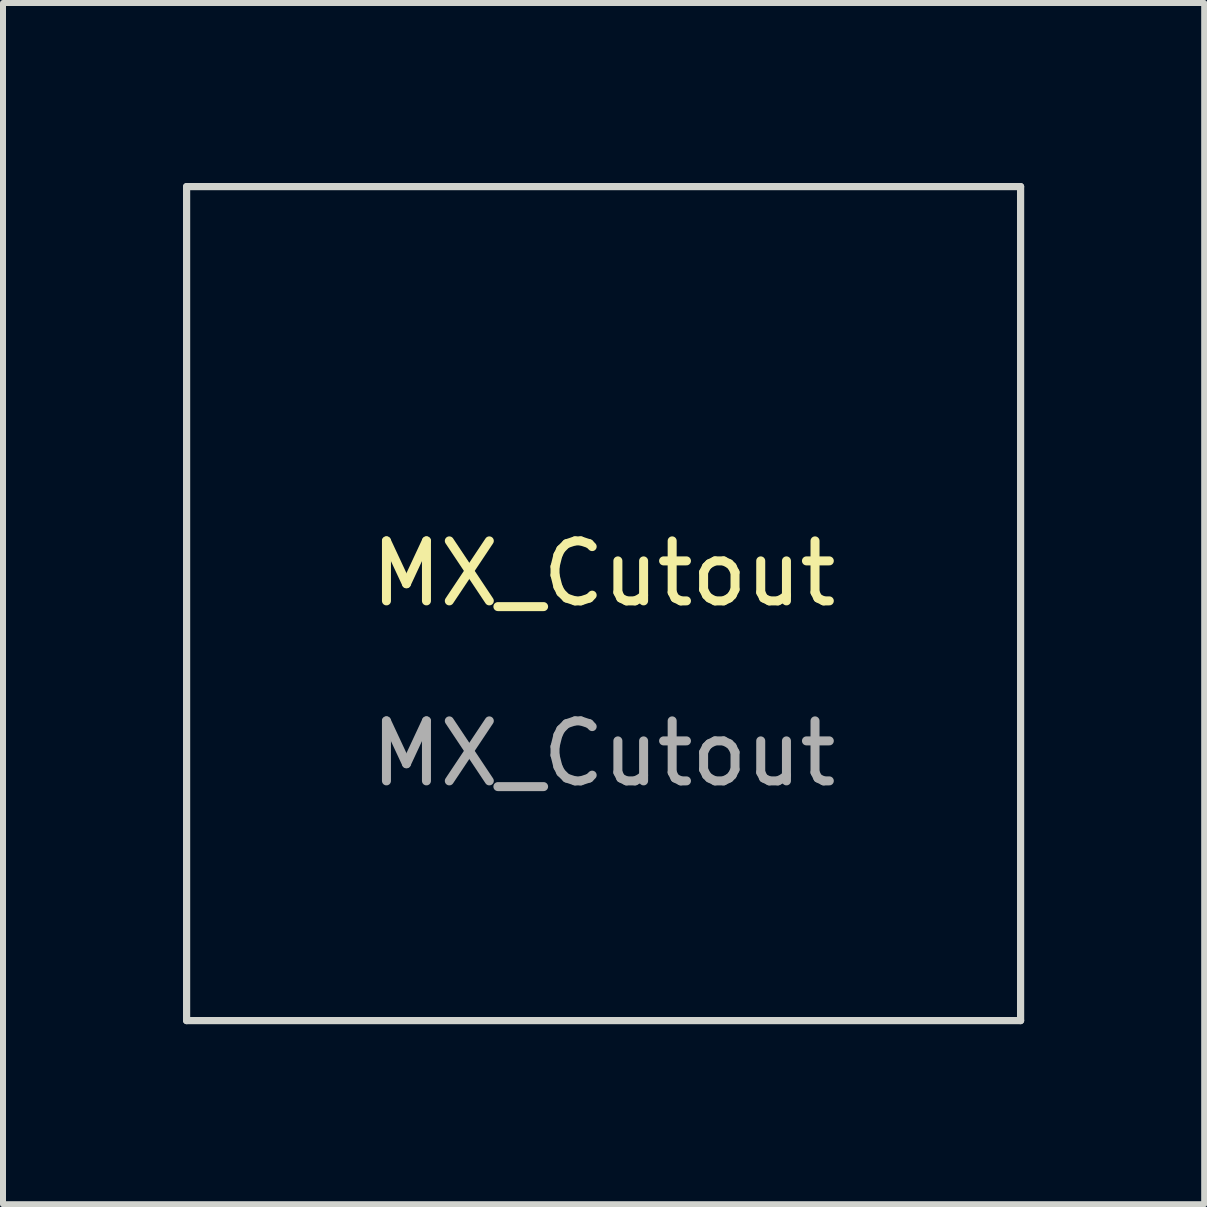
<source format=kicad_pcb>
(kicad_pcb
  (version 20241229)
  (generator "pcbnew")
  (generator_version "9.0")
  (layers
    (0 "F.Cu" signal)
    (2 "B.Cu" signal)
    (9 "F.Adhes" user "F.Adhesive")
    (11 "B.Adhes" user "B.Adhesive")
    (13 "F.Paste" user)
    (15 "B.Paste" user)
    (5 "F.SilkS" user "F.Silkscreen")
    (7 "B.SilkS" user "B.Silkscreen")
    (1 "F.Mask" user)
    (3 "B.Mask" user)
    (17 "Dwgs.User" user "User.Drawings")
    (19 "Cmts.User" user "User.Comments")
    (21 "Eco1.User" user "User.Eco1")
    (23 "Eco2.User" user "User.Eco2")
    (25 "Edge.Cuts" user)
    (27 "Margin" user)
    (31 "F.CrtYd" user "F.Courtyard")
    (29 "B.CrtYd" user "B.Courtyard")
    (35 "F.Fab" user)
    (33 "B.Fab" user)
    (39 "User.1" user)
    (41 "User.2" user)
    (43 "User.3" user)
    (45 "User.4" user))
  (footprint "MX_Cutout"
    (layer "F.Cu")
    (at 7.01 7.01)
    (property "Reference" "MX_Cutout" (at 0 -0.5 0) (unlocked yes) (layer "F.SilkS") (effects (font (size 1 1) (thickness 0.15))))
    (fp_line (start -6.95 -6.95) (end 6.95 -6.95) (stroke (width 0.12) (type solid)) (layer "Edge.Cuts"))
    (fp_line (start -6.95 6.95) (end -6.95 -6.95) (stroke (width 0.12) (type solid)) (layer "Edge.Cuts"))
    (fp_line (start 6.95 -6.95) (end 6.95 6.95) (stroke (width 0.12) (type solid)) (layer "Edge.Cuts"))
    (fp_line (start 6.95 6.95) (end -6.95 6.95) (stroke (width 0.12) (type solid)) (layer "Edge.Cuts"))
    (fp_text user "${REFERENCE}" (at 0 2.5 0) (unlocked yes) (layer "F.Fab") (effects (font (size 1 1) (thickness 0.15)))))
  (gr_rect
    (start -3 -3)
    (end 17.02 17.02)
    (stroke (width 0.1) (type default))
    (fill no)
    (layer "Edge.Cuts")))
</source>
